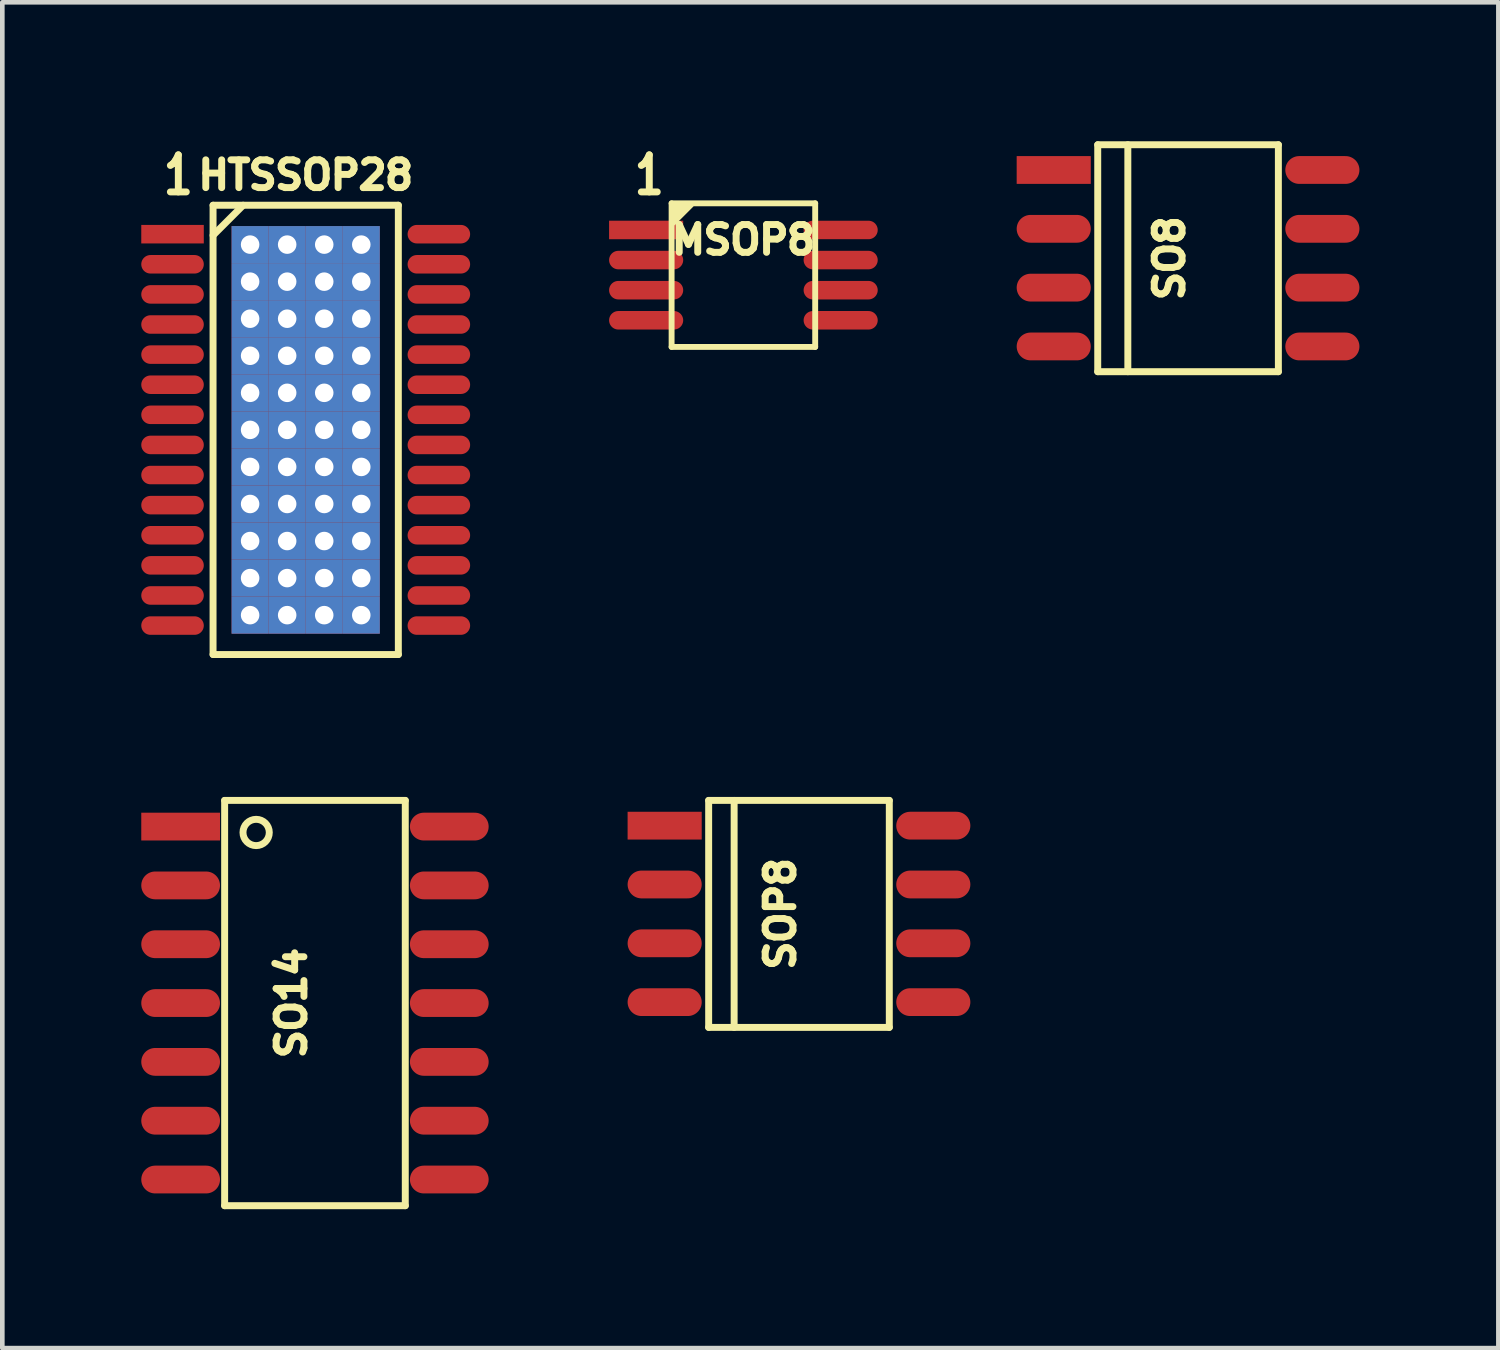
<source format=kicad_pcb>
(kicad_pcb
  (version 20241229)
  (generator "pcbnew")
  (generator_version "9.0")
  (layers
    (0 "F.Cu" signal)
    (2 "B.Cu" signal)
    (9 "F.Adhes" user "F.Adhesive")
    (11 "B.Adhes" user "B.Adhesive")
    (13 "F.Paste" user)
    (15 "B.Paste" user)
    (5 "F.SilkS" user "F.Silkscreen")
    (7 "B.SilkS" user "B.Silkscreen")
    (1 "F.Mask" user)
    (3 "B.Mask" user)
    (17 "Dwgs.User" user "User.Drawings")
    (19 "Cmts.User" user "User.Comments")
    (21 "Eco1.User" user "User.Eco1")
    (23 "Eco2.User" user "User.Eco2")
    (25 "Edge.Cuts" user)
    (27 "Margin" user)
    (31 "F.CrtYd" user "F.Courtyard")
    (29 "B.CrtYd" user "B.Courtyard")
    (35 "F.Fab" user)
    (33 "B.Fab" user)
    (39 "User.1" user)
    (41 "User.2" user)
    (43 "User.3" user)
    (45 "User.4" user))
  (footprint "SOP8"
    (layer "F.Cu")
    (at 14.2 16.681)
    (property "Reference" "SOP8" (at -0.4 0 90) (layer "F.SilkS") (effects (font (size 0.6 0.6) (thickness 0.15))))
    (attr smd)
    (fp_line (start -1.95 -2.45) (end -1.95 2.45) (stroke (width 0.15) (type solid)) (layer "F.SilkS"))
    (fp_line (start -1.4 -2.45) (end -1.4 2.45) (stroke (width 0.15) (type solid)) (layer "F.SilkS"))
    (fp_line (start 1.95 -2.45) (end -1.95 -2.45) (stroke (width 0.15) (type solid)) (layer "F.SilkS"))
    (fp_line (start 1.95 2.45) (end -1.95 2.45) (stroke (width 0.15) (type solid)) (layer "F.SilkS"))
    (fp_line (start 1.95 2.45) (end 1.95 -2.45) (stroke (width 0.15) (type solid)) (layer "F.SilkS"))
    (pad "1" smd rect (at -2.9 -1.905) (size 1.6 0.6) (layers "F.Cu" "F.Mask" "F.Paste"))
    (pad "2" smd oval (at -2.9 -0.635) (size 1.6 0.6) (layers "F.Cu" "F.Mask" "F.Paste"))
    (pad "3" smd oval (at -2.9 0.635) (size 1.6 0.6) (layers "F.Cu" "F.Mask" "F.Paste"))
    (pad "4" smd oval (at -2.9 1.905) (size 1.6 0.6) (layers "F.Cu" "F.Mask" "F.Paste"))
    (pad "5" smd oval (at 2.9 1.905) (size 1.6 0.6) (layers "F.Cu" "F.Mask" "F.Paste"))
    (pad "6" smd oval (at 2.9 0.635) (size 1.6 0.6) (layers "F.Cu" "F.Mask" "F.Paste"))
    (pad "7" smd oval (at 2.9 -0.635) (size 1.6 0.6) (layers "F.Cu" "F.Mask" "F.Paste"))
    (pad "8" smd oval (at 2.9 -1.905) (size 1.6 0.6) (layers "F.Cu" "F.Mask" "F.Paste")))
  (footprint "MSOP8"
    (layer "F.Cu")
    (at 13 2.89)
    (property "Reference" "MSOP8" (at 0 -0.762 0) (layer "F.SilkS") (effects (font (size 0.6 0.6) (thickness 0.15))))
    (attr smd)
    (fp_line (start -1.55 -1.55) (end 1.55 -1.55) (stroke (width 0.127) (type solid)) (layer "F.SilkS"))
    (fp_line (start -1.55 1.55) (end -1.55 -1.55) (stroke (width 0.127) (type solid)) (layer "F.SilkS"))
    (fp_line (start -1.524 -1.397) (end -1.397 -1.524) (stroke (width 0.15) (type solid)) (layer "F.SilkS"))
    (fp_line (start -1.524 -1.27) (end -1.524 -1.333) (stroke (width 0.15) (type solid)) (layer "F.SilkS"))
    (fp_line (start -1.524 -1.143) (end -1.143 -1.524) (stroke (width 0.15) (type solid)) (layer "F.SilkS"))
    (fp_line (start -1.27 -1.524) (end -1.524 -1.27) (stroke (width 0.15) (type solid)) (layer "F.SilkS"))
    (fp_line (start 1.55 -1.55) (end 1.55 1.55) (stroke (width 0.127) (type solid)) (layer "F.SilkS"))
    (fp_line (start 1.55 1.55) (end -1.55 1.55) (stroke (width 0.127) (type solid)) (layer "F.SilkS"))
    (fp_text user "1" (at -2.032 -2.159 0) (layer "F.SilkS") (effects (font (size 0.8 0.6) (thickness 0.15))))
    (pad "1" smd rect (at -2.1 -0.975) (size 1.6 0.4) (layers "F.Cu" "F.Mask" "F.Paste"))
    (pad "2" smd oval (at -2.1 -0.325) (size 1.6 0.4) (layers "F.Cu" "F.Mask" "F.Paste"))
    (pad "3" smd oval (at -2.1 0.325) (size 1.6 0.4) (layers "F.Cu" "F.Mask" "F.Paste"))
    (pad "4" smd oval (at -2.1 0.975) (size 1.6 0.4) (layers "F.Cu" "F.Mask" "F.Paste"))
    (pad "5" smd oval (at 2.1 0.975) (size 1.6 0.4) (layers "F.Cu" "F.Mask" "F.Paste"))
    (pad "6" smd oval (at 2.1 0.325) (size 1.6 0.4) (layers "F.Cu" "F.Mask" "F.Paste"))
    (pad "7" smd oval (at 2.1 -0.325) (size 1.6 0.4) (layers "F.Cu" "F.Mask" "F.Paste"))
    (pad "8" smd oval (at 2.1 -0.975) (size 1.6 0.4) (layers "F.Cu" "F.Mask" "F.Paste")))
  (footprint "SO14"
    (layer "F.Cu")
    (at 3.75 18.606)
    (property "Reference" "SO14" (at -0.508 0 90) (layer "F.SilkS") (effects (font (size 0.6 0.6) (thickness 0.15))))
    (attr smd)
    (fp_line (start -1.95 -4.375) (end 1.95 -4.375) (stroke (width 0.15) (type solid)) (layer "F.SilkS"))
    (fp_line (start -1.95 4.375) (end -1.95 -4.375) (stroke (width 0.15) (type solid)) (layer "F.SilkS"))
    (fp_line (start 1.95 -4.375) (end 1.95 4.375) (stroke (width 0.15) (type solid)) (layer "F.SilkS"))
    (fp_line (start 1.95 4.375) (end -1.95 4.375) (stroke (width 0.15) (type solid)) (layer "F.SilkS"))
    (fp_circle (center -1.27 -3.683) (end -1.524 -3.556) (stroke (width 0.15) (type solid)) (fill no) (layer "F.SilkS"))
    (pad "1" smd rect (at -2.9 -3.81) (size 1.7 0.6) (layers "F.Cu" "F.Mask" "F.Paste"))
    (pad "2" smd oval (at -2.9 -2.54) (size 1.7 0.6) (layers "F.Cu" "F.Mask" "F.Paste"))
    (pad "3" smd oval (at -2.9 -1.27) (size 1.7 0.6) (layers "F.Cu" "F.Mask" "F.Paste"))
    (pad "4" smd oval (at -2.9 0) (size 1.7 0.6) (layers "F.Cu" "F.Mask" "F.Paste"))
    (pad "5" smd oval (at -2.9 1.27) (size 1.7 0.6) (layers "F.Cu" "F.Mask" "F.Paste"))
    (pad "6" smd oval (at -2.9 2.54) (size 1.7 0.6) (layers "F.Cu" "F.Mask" "F.Paste"))
    (pad "7" smd oval (at -2.9 3.81) (size 1.7 0.6) (layers "F.Cu" "F.Mask" "F.Paste"))
    (pad "8" smd oval (at 2.9 3.81) (size 1.7 0.6) (layers "F.Cu" "F.Mask" "F.Paste"))
    (pad "9" smd oval (at 2.9 2.54) (size 1.7 0.6) (layers "F.Cu" "F.Mask" "F.Paste"))
    (pad "10" smd oval (at 2.9 1.27) (size 1.7 0.6) (layers "F.Cu" "F.Mask" "F.Paste"))
    (pad "11" smd oval (at 2.9 0) (size 1.7 0.6) (layers "F.Cu" "F.Mask" "F.Paste"))
    (pad "12" smd oval (at 2.9 -1.27) (size 1.7 0.6) (layers "F.Cu" "F.Mask" "F.Paste"))
    (pad "13" smd oval (at 2.9 -2.54) (size 1.7 0.6) (layers "F.Cu" "F.Mask" "F.Paste"))
    (pad "14" smd oval (at 2.9 -3.81) (size 1.7 0.6) (layers "F.Cu" "F.Mask" "F.Paste")))
  (footprint "SO8"
    (layer "F.Cu")
    (at 22.6 2.525)
    (property "Reference" "SO8" (at -0.4 0 90) (layer "F.SilkS") (effects (font (size 0.6 0.6) (thickness 0.15))))
    (attr smd)
    (fp_line (start -1.95 -2.45) (end -1.95 2.45) (stroke (width 0.15) (type solid)) (layer "F.SilkS"))
    (fp_line (start -1.3 -2.45) (end -1.3 2.45) (stroke (width 0.15) (type solid)) (layer "F.SilkS"))
    (fp_line (start 1.95 -2.45) (end -1.95 -2.45) (stroke (width 0.15) (type solid)) (layer "F.SilkS"))
    (fp_line (start 1.95 2.45) (end -1.95 2.45) (stroke (width 0.15) (type solid)) (layer "F.SilkS"))
    (fp_line (start 1.95 2.45) (end 1.95 -2.45) (stroke (width 0.15) (type solid)) (layer "F.SilkS"))
    (pad "1" smd rect (at -2.9 -1.905) (size 1.6 0.6) (layers "F.Cu" "F.Mask" "F.Paste"))
    (pad "2" smd oval (at -2.9 -0.635) (size 1.6 0.6) (layers "F.Cu" "F.Mask" "F.Paste"))
    (pad "3" smd oval (at -2.9 0.635) (size 1.6 0.6) (layers "F.Cu" "F.Mask" "F.Paste"))
    (pad "4" smd oval (at -2.9 1.905) (size 1.6 0.6) (layers "F.Cu" "F.Mask" "F.Paste"))
    (pad "5" smd oval (at 2.9 1.905) (size 1.6 0.6) (layers "F.Cu" "F.Mask" "F.Paste"))
    (pad "6" smd oval (at 2.9 0.635) (size 1.6 0.6) (layers "F.Cu" "F.Mask" "F.Paste"))
    (pad "7" smd oval (at 2.9 -0.635) (size 1.6 0.6) (layers "F.Cu" "F.Mask" "F.Paste"))
    (pad "8" smd oval (at 2.9 -1.905) (size 1.6 0.6) (layers "F.Cu" "F.Mask" "F.Paste")))
  (footprint "HTSSOP28"
    (layer "F.Cu")
    (at 3.55 6.231)
    (property "Reference" "HTSSOP28" (at 0 -5.5 180) (layer "F.SilkS") (effects (font (size 0.6 0.6) (thickness 0.15))))
    (attr smd)
    (fp_line (start -2 -4.85) (end 2 -4.85) (stroke (width 0.15) (type solid)) (layer "F.SilkS"))
    (fp_line (start -2 4.85) (end -2 -4.85) (stroke (width 0.15) (type solid)) (layer "F.SilkS"))
    (fp_line (start -1.35 -4.85) (end -2 -4.2) (stroke (width 0.15) (type solid)) (layer "F.SilkS"))
    (fp_line (start 2 -4.85) (end 2 4.85) (stroke (width 0.15) (type solid)) (layer "F.SilkS"))
    (fp_line (start 2 4.85) (end -2 4.85) (stroke (width 0.15) (type solid)) (layer "F.SilkS"))
    (fp_text user "1" (at -2.75 -5.5 0) (layer "F.SilkS") (effects (font (size 0.8 0.6) (thickness 0.15))))
    (pad "1" smd rect (at -2.875 -4.225) (size 1.35 0.4) (layers "F.Cu" "F.Mask" "F.Paste"))
    (pad "2" smd oval (at -2.875 -3.575) (size 1.35 0.4) (layers "F.Cu" "F.Mask" "F.Paste"))
    (pad "3" smd oval (at -2.875 -2.925) (size 1.35 0.4) (layers "F.Cu" "F.Mask" "F.Paste"))
    (pad "4" smd oval (at -2.875 -2.275) (size 1.35 0.4) (layers "F.Cu" "F.Mask" "F.Paste"))
    (pad "5" smd oval (at -2.875 -1.625) (size 1.35 0.4) (layers "F.Cu" "F.Mask" "F.Paste"))
    (pad "6" smd oval (at -2.875 -0.975) (size 1.35 0.4) (layers "F.Cu" "F.Mask" "F.Paste"))
    (pad "7" smd oval (at -2.875 -0.325) (size 1.35 0.4) (layers "F.Cu" "F.Mask" "F.Paste"))
    (pad "8" smd oval (at -2.875 0.325) (size 1.35 0.4) (layers "F.Cu" "F.Mask" "F.Paste"))
    (pad "9" smd oval (at -2.875 0.975) (size 1.35 0.4) (layers "F.Cu" "F.Mask" "F.Paste"))
    (pad "10" smd oval (at -2.875 1.625) (size 1.35 0.4) (layers "F.Cu" "F.Mask" "F.Paste"))
    (pad "11" smd oval (at -2.875 2.275) (size 1.35 0.4) (layers "F.Cu" "F.Mask" "F.Paste"))
    (pad "12" smd oval (at -2.875 2.925) (size 1.35 0.4) (layers "F.Cu" "F.Mask" "F.Paste"))
    (pad "13" smd oval (at -2.875 3.575) (size 1.35 0.4) (layers "F.Cu" "F.Mask" "F.Paste"))
    (pad "14" smd oval (at -2.875 4.225) (size 1.35 0.4) (layers "F.Cu" "F.Mask" "F.Paste"))
    (pad "15" smd oval (at 2.875 4.225) (size 1.35 0.4) (layers "F.Cu" "F.Mask" "F.Paste"))
    (pad "16" smd oval (at 2.875 3.575) (size 1.35 0.4) (layers "F.Cu" "F.Mask" "F.Paste"))
    (pad "17" smd oval (at 2.875 2.925) (size 1.35 0.4) (layers "F.Cu" "F.Mask" "F.Paste"))
    (pad "18" smd oval (at 2.875 2.275) (size 1.35 0.4) (layers "F.Cu" "F.Mask" "F.Paste"))
    (pad "19" smd oval (at 2.875 1.625) (size 1.35 0.4) (layers "F.Cu" "F.Mask" "F.Paste"))
    (pad "20" smd oval (at 2.875 0.975) (size 1.35 0.4) (layers "F.Cu" "F.Mask" "F.Paste"))
    (pad "21" smd oval (at 2.875 0.325) (size 1.35 0.4) (layers "F.Cu" "F.Mask" "F.Paste"))
    (pad "22" smd oval (at 2.875 -0.325) (size 1.35 0.4) (layers "F.Cu" "F.Mask" "F.Paste"))
    (pad "23" smd oval (at 2.875 -0.975) (size 1.35 0.4) (layers "F.Cu" "F.Mask" "F.Paste"))
    (pad "24" smd oval (at 2.875 -1.625) (size 1.35 0.4) (layers "F.Cu" "F.Mask" "F.Paste"))
    (pad "25" smd oval (at 2.875 -2.275) (size 1.35 0.4) (layers "F.Cu" "F.Mask" "F.Paste"))
    (pad "26" smd oval (at 2.875 -2.925) (size 1.35 0.4) (layers "F.Cu" "F.Mask" "F.Paste"))
    (pad "27" smd oval (at 2.875 -3.575) (size 1.35 0.4) (layers "F.Cu" "F.Mask" "F.Paste"))
    (pad "28" smd oval (at 2.875 -4.225) (size 1.35 0.4) (layers "F.Cu" "F.Mask" "F.Paste"))
    (pad "PAD" thru_hole rect (at -1.2 -4) (size 0.8 0.8) (drill 0.4) (layers "*.Cu"))
    (pad "PAD" thru_hole rect (at -1.2 -3.2) (size 0.8 0.8) (drill 0.4) (layers "*.Cu" "*.Mask" "F.Paste"))
    (pad "PAD" thru_hole rect (at -1.2 -2.4) (size 0.8 0.8) (drill 0.4) (layers "*.Cu" "*.Mask" "F.Paste"))
    (pad "PAD" thru_hole rect (at -1.2 -1.6) (size 0.8 0.8) (drill 0.4) (layers "*.Cu" "*.Mask" "F.Paste"))
    (pad "PAD" thru_hole rect (at -1.2 -0.8) (size 0.8 0.8) (drill 0.4) (layers "*.Cu" "*.Mask" "F.Paste"))
    (pad "PAD" thru_hole rect (at -1.2 0) (size 0.8 0.8) (drill 0.4) (layers "*.Cu" "*.Mask" "F.Paste"))
    (pad "PAD" thru_hole rect (at -1.2 0.8) (size 0.8 0.8) (drill 0.4) (layers "*.Cu" "*.Mask" "F.Paste"))
    (pad "PAD" thru_hole rect (at -1.2 1.6) (size 0.8 0.8) (drill 0.4) (layers "*.Cu" "*.Mask" "F.Paste"))
    (pad "PAD" thru_hole rect (at -1.2 2.4) (size 0.8 0.8) (drill 0.4) (layers "*.Cu" "*.Mask" "F.Paste"))
    (pad "PAD" thru_hole rect (at -1.2 3.2) (size 0.8 0.8) (drill 0.4) (layers "*.Cu" "*.Mask" "F.Paste"))
    (pad "PAD" thru_hole rect (at -1.2 4) (size 0.8 0.8) (drill 0.4) (layers "*.Cu"))
    (pad "PAD" thru_hole rect (at -0.4 -4) (size 0.8 0.8) (drill 0.4) (layers "*.Cu"))
    (pad "PAD" thru_hole rect (at -0.4 -3.2) (size 0.8 0.8) (drill 0.4) (layers "*.Cu" "*.Mask" "F.Paste"))
    (pad "PAD" thru_hole rect (at -0.4 -2.4) (size 0.8 0.8) (drill 0.4) (layers "*.Cu" "*.Mask" "F.Paste"))
    (pad "PAD" thru_hole rect (at -0.4 -1.6) (size 0.8 0.8) (drill 0.4) (layers "*.Cu" "*.Mask" "F.Paste"))
    (pad "PAD" thru_hole rect (at -0.4 -0.8) (size 0.8 0.8) (drill 0.4) (layers "*.Cu" "*.Mask" "F.Paste"))
    (pad "PAD" thru_hole rect (at -0.4 0) (size 0.8 0.8) (drill 0.4) (layers "*.Cu" "*.Mask" "F.Paste"))
    (pad "PAD" thru_hole rect (at -0.4 0.8) (size 0.8 0.8) (drill 0.4) (layers "*.Cu" "*.Mask" "F.Paste"))
    (pad "PAD" thru_hole rect (at -0.4 1.6) (size 0.8 0.8) (drill 0.4) (layers "*.Cu" "*.Mask" "F.Paste"))
    (pad "PAD" thru_hole rect (at -0.4 2.4) (size 0.8 0.8) (drill 0.4) (layers "*.Cu" "*.Mask" "F.Paste"))
    (pad "PAD" thru_hole rect (at -0.4 3.2) (size 0.8 0.8) (drill 0.4) (layers "*.Cu" "*.Mask" "F.Paste"))
    (pad "PAD" thru_hole rect (at -0.4 4) (size 0.8 0.8) (drill 0.4) (layers "*.Cu"))
    (pad "PAD" thru_hole rect (at 0.4 -4) (size 0.8 0.8) (drill 0.4) (layers "*.Cu"))
    (pad "PAD" thru_hole rect (at 0.4 -3.2) (size 0.8 0.8) (drill 0.4) (layers "*.Cu" "*.Mask" "F.Paste"))
    (pad "PAD" thru_hole rect (at 0.4 -2.4) (size 0.8 0.8) (drill 0.4) (layers "*.Cu" "*.Mask" "F.Paste"))
    (pad "PAD" thru_hole rect (at 0.4 -1.6) (size 0.8 0.8) (drill 0.4) (layers "*.Cu" "*.Mask" "F.Paste"))
    (pad "PAD" thru_hole rect (at 0.4 -0.8) (size 0.8 0.8) (drill 0.4) (layers "*.Cu" "*.Mask" "F.Paste"))
    (pad "PAD" thru_hole rect (at 0.4 0) (size 0.8 0.8) (drill 0.4) (layers "*.Cu" "*.Mask" "F.Paste"))
    (pad "PAD" thru_hole rect (at 0.4 0.8) (size 0.8 0.8) (drill 0.4) (layers "*.Cu" "*.Mask" "F.Paste"))
    (pad "PAD" thru_hole rect (at 0.4 1.6) (size 0.8 0.8) (drill 0.4) (layers "*.Cu" "*.Mask" "F.Paste"))
    (pad "PAD" thru_hole rect (at 0.4 2.4) (size 0.8 0.8) (drill 0.4) (layers "*.Cu" "*.Mask" "F.Paste"))
    (pad "PAD" thru_hole rect (at 0.4 3.2) (size 0.8 0.8) (drill 0.4) (layers "*.Cu" "*.Mask" "F.Paste"))
    (pad "PAD" thru_hole rect (at 0.4 4) (size 0.8 0.8) (drill 0.4) (layers "*.Cu"))
    (pad "PAD" thru_hole rect (at 1.2 -4) (size 0.8 0.8) (drill 0.4) (layers "*.Cu"))
    (pad "PAD" thru_hole rect (at 1.2 -3.2) (size 0.8 0.8) (drill 0.4) (layers "*.Cu" "*.Mask" "F.Paste"))
    (pad "PAD" thru_hole rect (at 1.2 -2.4) (size 0.8 0.8) (drill 0.4) (layers "*.Cu" "*.Mask" "F.Paste"))
    (pad "PAD" thru_hole rect (at 1.2 -1.6) (size 0.8 0.8) (drill 0.4) (layers "*.Cu" "*.Mask" "F.Paste"))
    (pad "PAD" thru_hole rect (at 1.2 -0.8) (size 0.8 0.8) (drill 0.4) (layers "*.Cu" "*.Mask" "F.Paste"))
    (pad "PAD" thru_hole rect (at 1.2 0) (size 0.8 0.8) (drill 0.4) (layers "*.Cu" "*.Mask" "F.Paste"))
    (pad "PAD" thru_hole rect (at 1.2 0.8) (size 0.8 0.8) (drill 0.4) (layers "*.Cu" "*.Mask" "F.Paste"))
    (pad "PAD" thru_hole rect (at 1.2 1.6) (size 0.8 0.8) (drill 0.4) (layers "*.Cu" "*.Mask" "F.Paste"))
    (pad "PAD" thru_hole rect (at 1.2 2.4) (size 0.8 0.8) (drill 0.4) (layers "*.Cu" "*.Mask" "F.Paste"))
    (pad "PAD" thru_hole rect (at 1.2 3.2) (size 0.8 0.8) (drill 0.4) (layers "*.Cu" "*.Mask" "F.Paste"))
    (pad "PAD" thru_hole rect (at 1.2 4) (size 0.8 0.8) (drill 0.4) (layers "*.Cu")))
  (gr_rect
    (start -3 -3)
    (end 29.3 26.056)
    (stroke (width 0.1) (type default))
    (fill no)
    (layer "Edge.Cuts")))
</source>
